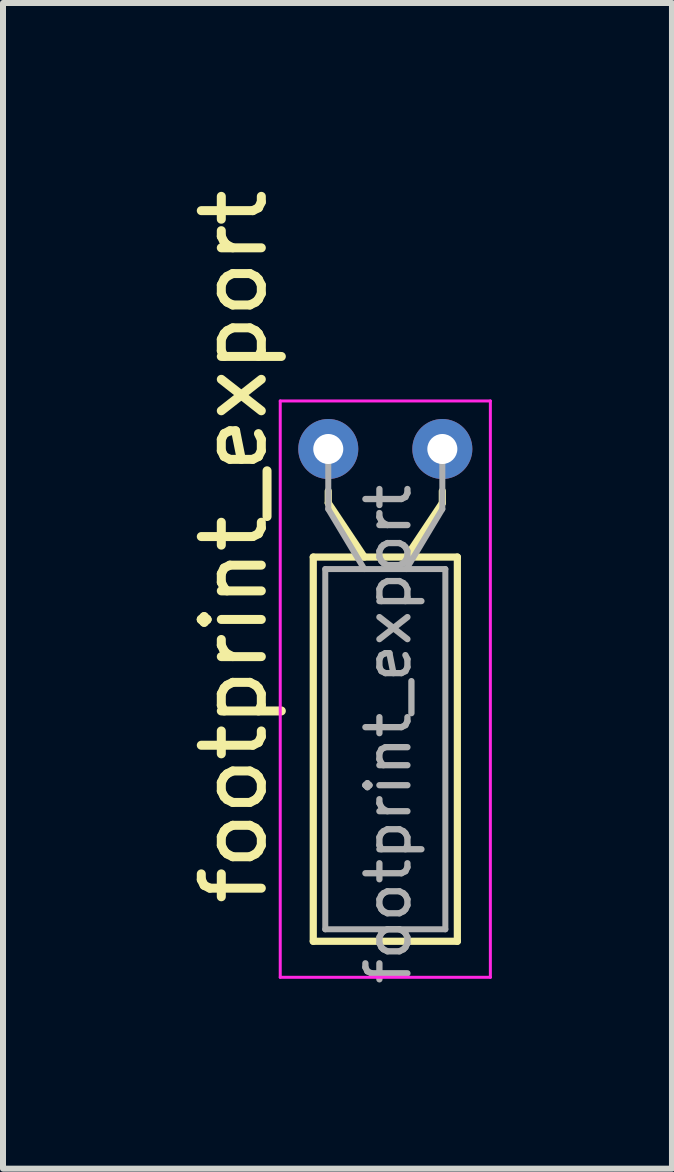
<source format=kicad_pcb>
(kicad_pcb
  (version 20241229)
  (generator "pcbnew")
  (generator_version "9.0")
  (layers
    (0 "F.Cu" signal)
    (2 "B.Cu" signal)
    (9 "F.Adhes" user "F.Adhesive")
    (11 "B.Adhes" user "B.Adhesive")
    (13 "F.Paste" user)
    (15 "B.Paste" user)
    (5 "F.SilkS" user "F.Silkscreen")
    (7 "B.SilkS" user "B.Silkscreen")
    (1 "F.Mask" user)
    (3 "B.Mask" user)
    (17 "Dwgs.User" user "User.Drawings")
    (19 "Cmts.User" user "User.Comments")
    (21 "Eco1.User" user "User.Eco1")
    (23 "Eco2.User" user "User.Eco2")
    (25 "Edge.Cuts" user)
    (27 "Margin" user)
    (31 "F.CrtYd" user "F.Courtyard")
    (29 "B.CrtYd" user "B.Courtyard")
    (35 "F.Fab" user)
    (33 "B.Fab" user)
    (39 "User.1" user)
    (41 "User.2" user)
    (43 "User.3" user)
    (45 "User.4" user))
  (footprint "footprint_export"
    (layer "F.Cu")
    (at 2.418 4.429)
    (property "Reference" "footprint_export" (at -1.57 1.625 90) (layer "F.SilkS") (effects (font (size 1 1) (thickness 0.15))))
    (attr through_hole)
    (fp_line (start -0.25 1.8) (end -0.25 8.2) (stroke (width 0.12) (type solid)) (layer "F.SilkS"))
    (fp_line (start -0.25 8.2) (end 2.15 8.2) (stroke (width 0.12) (type solid)) (layer "F.SilkS"))
    (fp_line (start 0 0.9) (end 0 0.7) (stroke (width 0.12) (type solid)) (layer "F.SilkS"))
    (fp_line (start 0.6 1.8) (end 0 0.9) (stroke (width 0.12) (type solid)) (layer "F.SilkS"))
    (fp_line (start 1.3 1.8) (end 1.9 0.9) (stroke (width 0.12) (type solid)) (layer "F.SilkS"))
    (fp_line (start 1.9 0.9) (end 1.9 0.7) (stroke (width 0.12) (type solid)) (layer "F.SilkS"))
    (fp_line (start 2.15 1.8) (end -0.25 1.8) (stroke (width 0.12) (type solid)) (layer "F.SilkS"))
    (fp_line (start 2.15 8.2) (end 2.15 1.8) (stroke (width 0.12) (type solid)) (layer "F.SilkS"))
    (fp_line (start -0.8 -0.8) (end -0.8 8.8) (stroke (width 0.05) (type solid)) (layer "F.CrtYd"))
    (fp_line (start -0.8 8.8) (end 2.7 8.8) (stroke (width 0.05) (type solid)) (layer "F.CrtYd"))
    (fp_line (start 2.7 -0.8) (end -0.8 -0.8) (stroke (width 0.05) (type solid)) (layer "F.CrtYd"))
    (fp_line (start 2.7 8.8) (end 2.7 -0.8) (stroke (width 0.05) (type solid)) (layer "F.CrtYd"))
    (fp_line (start -0.05 2) (end -0.05 8) (stroke (width 0.1) (type solid)) (layer "F.Fab"))
    (fp_line (start -0.05 8) (end 1.95 8) (stroke (width 0.1) (type solid)) (layer "F.Fab"))
    (fp_line (start 0 1) (end 0 0) (stroke (width 0.1) (type solid)) (layer "F.Fab"))
    (fp_line (start 0.6 2) (end 0 1) (stroke (width 0.1) (type solid)) (layer "F.Fab"))
    (fp_line (start 1.3 2) (end 1.9 1) (stroke (width 0.1) (type solid)) (layer "F.Fab"))
    (fp_line (start 1.9 1) (end 1.9 0) (stroke (width 0.1) (type solid)) (layer "F.Fab"))
    (fp_line (start 1.95 2) (end -0.05 2) (stroke (width 0.1) (type solid)) (layer "F.Fab"))
    (fp_line (start 1.95 8) (end 1.95 2) (stroke (width 0.1) (type solid)) (layer "F.Fab"))
    (fp_text user "${REFERENCE}" (at 1 4.75 90) (layer "F.Fab") (effects (font (size 0.7 0.7) (thickness 0.105))))
    (pad "1" thru_hole circle (at 0 0) (size 1 1) (drill 0.5) (layers "*.Cu" "*.Mask"))
    (pad "2" thru_hole circle (at 1.9 0) (size 1 1) (drill 0.5) (layers "*.Cu" "*.Mask")))
  (gr_rect
    (start -3 -3)
    (end 8.143 16.416)
    (stroke (width 0.1) (type default))
    (fill no)
    (layer "Edge.Cuts")))
</source>
